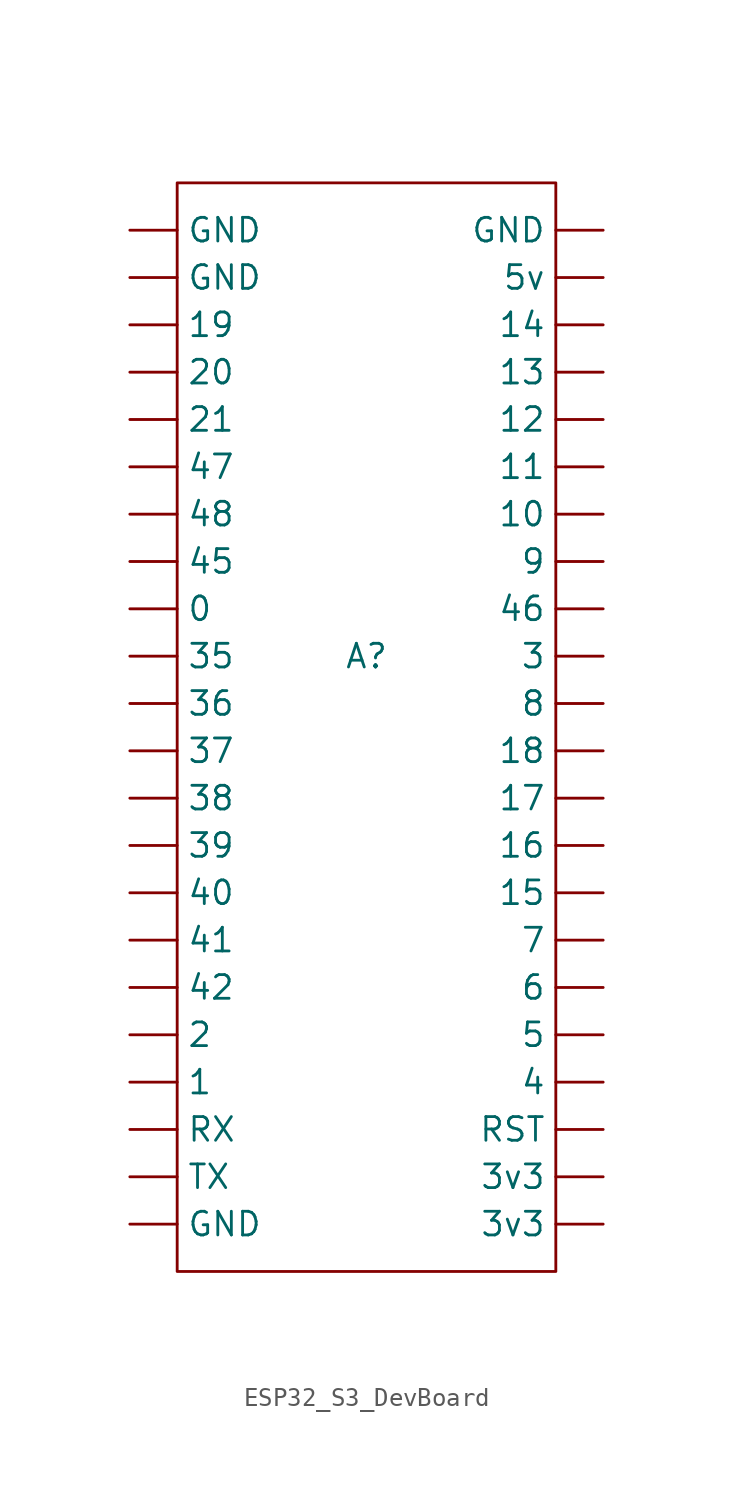
<source format=kicad_sym>
(kicad_symbol_lib
  (version 20220914)
  (generator kicad_symbol_editor)
  (symbol "ESP32_S3_DevBoard"
    (property "Reference" "A"
      (at 0 2.54 0)
      (effects (font (size 1.27 1.27))))
    (property "Value" ""
      (at 7.62 0 0)
      (effects (font (size 1.27 1.27))))
    (symbol "ESP32_S3_DevBoard_0_1"
      (rectangle (start -10.16 27.94) (end 10.16 -30.48) (stroke (width 0) (type default)) (fill (type none))))
    (symbol "ESP32_S3_DevBoard_1_1"
      (pin input line (at -12.7 5.08 0) (length 2.54) (name "0" (effects (font (size 1.27 1.27)))) (number "" (effects (font (size 1.27 1.27)))))
      (pin input line (at -12.7 -20.32 0) (length 2.54) (name "1" (effects (font (size 1.27 1.27)))) (number "" (effects (font (size 1.27 1.27)))))
      (pin input line (at 12.7 10.16 180) (length 2.54) (name "10" (effects (font (size 1.27 1.27)))) (number "" (effects (font (size 1.27 1.27)))))
      (pin input line (at 12.7 12.7 180) (length 2.54) (name "11" (effects (font (size 1.27 1.27)))) (number "" (effects (font (size 1.27 1.27)))))
      (pin input line (at 12.7 15.24 180) (length 2.54) (name "12" (effects (font (size 1.27 1.27)))) (number "" (effects (font (size 1.27 1.27)))))
      (pin input line (at 12.7 17.78 180) (length 2.54) (name "13" (effects (font (size 1.27 1.27)))) (number "" (effects (font (size 1.27 1.27)))))
      (pin input line (at 12.7 20.32 180) (length 2.54) (name "14" (effects (font (size 1.27 1.27)))) (number "" (effects (font (size 1.27 1.27)))))
      (pin input line (at 12.7 -10.16 180) (length 2.54) (name "15" (effects (font (size 1.27 1.27)))) (number "" (effects (font (size 1.27 1.27)))))
      (pin input line (at 12.7 -7.62 180) (length 2.54) (name "16" (effects (font (size 1.27 1.27)))) (number "" (effects (font (size 1.27 1.27)))))
      (pin input line (at 12.7 -5.08 180) (length 2.54) (name "17" (effects (font (size 1.27 1.27)))) (number "" (effects (font (size 1.27 1.27)))))
      (pin input line (at 12.7 -2.54 180) (length 2.54) (name "18" (effects (font (size 1.27 1.27)))) (number "" (effects (font (size 1.27 1.27)))))
      (pin input line (at -12.7 20.32 0) (length 2.54) (name "19" (effects (font (size 1.27 1.27)))) (number "" (effects (font (size 1.27 1.27)))))
      (pin input line (at -12.7 -17.78 0) (length 2.54) (name "2" (effects (font (size 1.27 1.27)))) (number "" (effects (font (size 1.27 1.27)))))
      (pin input line (at -12.7 17.78 0) (length 2.54) (name "20" (effects (font (size 1.27 1.27)))) (number "" (effects (font (size 1.27 1.27)))))
      (pin input line (at -12.7 15.24 0) (length 2.54) (name "21" (effects (font (size 1.27 1.27)))) (number "" (effects (font (size 1.27 1.27)))))
      (pin input line (at 12.7 2.54 180) (length 2.54) (name "3" (effects (font (size 1.27 1.27)))) (number "" (effects (font (size 1.27 1.27)))))
      (pin input line (at -12.7 2.54 0) (length 2.54) (name "35" (effects (font (size 1.27 1.27)))) (number "" (effects (font (size 1.27 1.27)))))
      (pin input line (at -12.7 0 0) (length 2.54) (name "36" (effects (font (size 1.27 1.27)))) (number "" (effects (font (size 1.27 1.27)))))
      (pin input line (at -12.7 -2.54 0) (length 2.54) (name "37" (effects (font (size 1.27 1.27)))) (number "" (effects (font (size 1.27 1.27)))))
      (pin input line (at -12.7 -5.08 0) (length 2.54) (name "38" (effects (font (size 1.27 1.27)))) (number "" (effects (font (size 1.27 1.27)))))
      (pin input line (at -12.7 -7.62 0) (length 2.54) (name "39" (effects (font (size 1.27 1.27)))) (number "" (effects (font (size 1.27 1.27)))))
      (pin input line (at 12.7 -27.94 180) (length 2.54) (name "3v3" (effects (font (size 1.27 1.27)))) (number "" (effects (font (size 1.27 1.27)))))
      (pin input line (at 12.7 -25.4 180) (length 2.54) (name "3v3" (effects (font (size 1.27 1.27)))) (number "" (effects (font (size 1.27 1.27)))))
      (pin input line (at 12.7 -20.32 180) (length 2.54) (name "4" (effects (font (size 1.27 1.27)))) (number "" (effects (font (size 1.27 1.27)))))
      (pin input line (at -12.7 -10.16 0) (length 2.54) (name "40" (effects (font (size 1.27 1.27)))) (number "" (effects (font (size 1.27 1.27)))))
      (pin input line (at -12.7 -12.7 0) (length 2.54) (name "41" (effects (font (size 1.27 1.27)))) (number "" (effects (font (size 1.27 1.27)))))
      (pin input line (at -12.7 -15.24 0) (length 2.54) (name "42" (effects (font (size 1.27 1.27)))) (number "" (effects (font (size 1.27 1.27)))))
      (pin input line (at -12.7 7.62 0) (length 2.54) (name "45" (effects (font (size 1.27 1.27)))) (number "" (effects (font (size 1.27 1.27)))))
      (pin input line (at 12.7 5.08 180) (length 2.54) (name "46" (effects (font (size 1.27 1.27)))) (number "" (effects (font (size 1.27 1.27)))))
      (pin input line (at -12.7 12.7 0) (length 2.54) (name "47" (effects (font (size 1.27 1.27)))) (number "" (effects (font (size 1.27 1.27)))))
      (pin input line (at -12.7 10.16 0) (length 2.54) (name "48" (effects (font (size 1.27 1.27)))) (number "" (effects (font (size 1.27 1.27)))))
      (pin input line (at 12.7 -17.78 180) (length 2.54) (name "5" (effects (font (size 1.27 1.27)))) (number "" (effects (font (size 1.27 1.27)))))
      (pin input line (at 12.7 22.86 180) (length 2.54) (name "5v" (effects (font (size 1.27 1.27)))) (number "" (effects (font (size 1.27 1.27)))))
      (pin input line (at 12.7 -15.24 180) (length 2.54) (name "6" (effects (font (size 1.27 1.27)))) (number "" (effects (font (size 1.27 1.27)))))
      (pin input line (at 12.7 -12.7 180) (length 2.54) (name "7" (effects (font (size 1.27 1.27)))) (number "" (effects (font (size 1.27 1.27)))))
      (pin input line (at 12.7 0 180) (length 2.54) (name "8" (effects (font (size 1.27 1.27)))) (number "" (effects (font (size 1.27 1.27)))))
      (pin input line (at 12.7 7.62 180) (length 2.54) (name "9" (effects (font (size 1.27 1.27)))) (number "" (effects (font (size 1.27 1.27)))))
      (pin input line (at -12.7 -27.94 0) (length 2.54) (name "GND" (effects (font (size 1.27 1.27)))) (number "" (effects (font (size 1.27 1.27)))))
      (pin input line (at -12.7 22.86 0) (length 2.54) (name "GND" (effects (font (size 1.27 1.27)))) (number "" (effects (font (size 1.27 1.27)))))
      (pin input line (at -12.7 25.4 0) (length 2.54) (name "GND" (effects (font (size 1.27 1.27)))) (number "" (effects (font (size 1.27 1.27)))))
      (pin input line (at 12.7 25.4 180) (length 2.54) (name "GND" (effects (font (size 1.27 1.27)))) (number "" (effects (font (size 1.27 1.27)))))
      (pin input line (at 12.7 -22.86 180) (length 2.54) (name "RST" (effects (font (size 1.27 1.27)))) (number "" (effects (font (size 1.27 1.27)))))
      (pin input line (at -12.7 -22.86 0) (length 2.54) (name "RX" (effects (font (size 1.27 1.27)))) (number "" (effects (font (size 1.27 1.27)))))
      (pin input line (at -12.7 -25.4 0) (length 2.54) (name "TX" (effects (font (size 1.27 1.27)))) (number "" (effects (font (size 1.27 1.27))))))))
</source>
